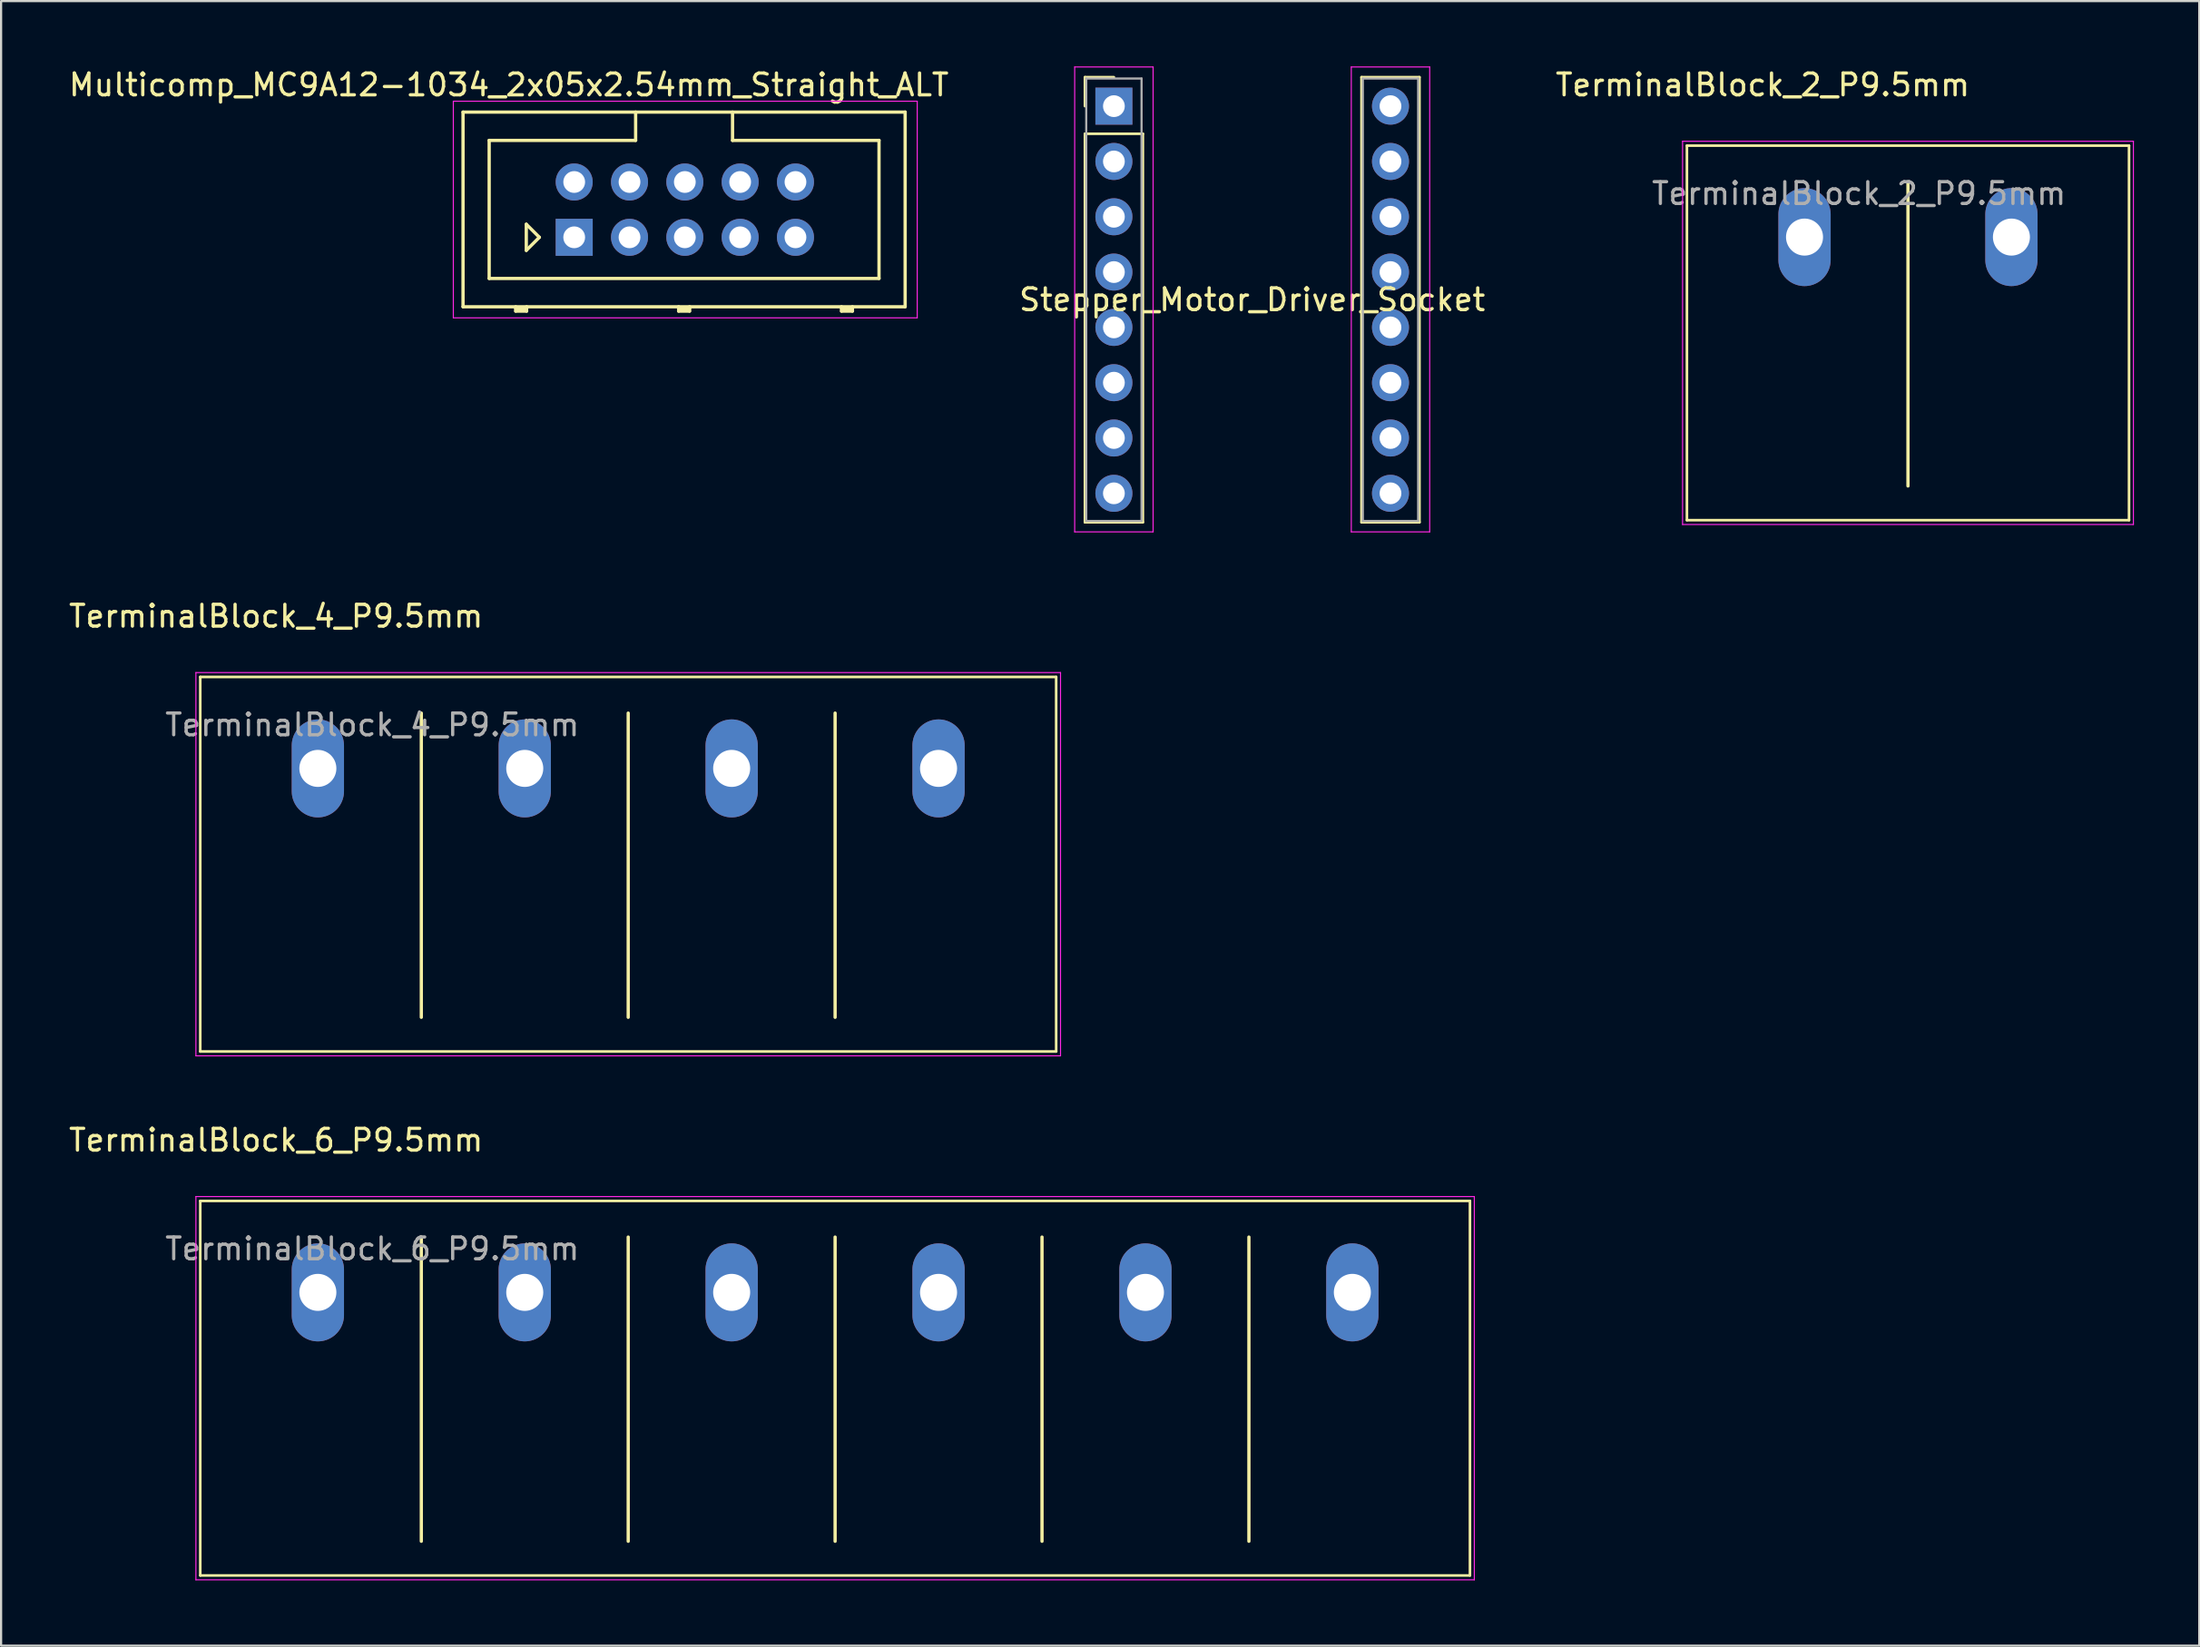
<source format=kicad_pcb>
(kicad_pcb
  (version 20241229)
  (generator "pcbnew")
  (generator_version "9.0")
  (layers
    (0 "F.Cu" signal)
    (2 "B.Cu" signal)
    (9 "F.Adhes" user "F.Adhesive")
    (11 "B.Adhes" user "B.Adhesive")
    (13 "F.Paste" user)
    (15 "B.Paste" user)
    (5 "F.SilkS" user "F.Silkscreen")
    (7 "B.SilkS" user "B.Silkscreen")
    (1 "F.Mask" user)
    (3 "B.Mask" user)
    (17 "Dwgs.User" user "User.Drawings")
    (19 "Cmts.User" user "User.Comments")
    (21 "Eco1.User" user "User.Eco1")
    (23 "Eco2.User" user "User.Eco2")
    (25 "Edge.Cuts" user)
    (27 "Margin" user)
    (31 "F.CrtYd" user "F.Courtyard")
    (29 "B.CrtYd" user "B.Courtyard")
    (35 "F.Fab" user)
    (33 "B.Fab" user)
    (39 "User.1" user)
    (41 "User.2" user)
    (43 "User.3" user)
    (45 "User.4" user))
  (footprint "Stepper_Motor_Driver_Socket"
    (layer "F.Cu")
    (at 54.446 10.715)
    (property "Reference" "Stepper_Motor_Driver_Socket" (at 0 0 0) (layer "F.SilkS") (effects (font (size 1 1) (thickness 0.15))))
    (attr through_hole)
    (fp_line (start -7.68 -10.22) (end -6.35 -10.22) (stroke (width 0.12) (type solid)) (layer "F.SilkS"))
    (fp_line (start -7.68 -8.89) (end -7.68 -10.22) (stroke (width 0.12) (type solid)) (layer "F.SilkS"))
    (fp_line (start -7.68 -7.62) (end -7.68 10.22) (stroke (width 0.12) (type solid)) (layer "F.SilkS"))
    (fp_line (start -7.68 10.22) (end -5.02 10.22) (stroke (width 0.12) (type solid)) (layer "F.SilkS"))
    (fp_line (start -5.02 -7.62) (end -7.68 -7.62) (stroke (width 0.12) (type solid)) (layer "F.SilkS"))
    (fp_line (start -5.02 10.22) (end -5.02 -7.62) (stroke (width 0.12) (type solid)) (layer "F.SilkS"))
    (fp_line (start 5.02 -10.22) (end 5.02 10.22) (stroke (width 0.12) (type solid)) (layer "F.SilkS"))
    (fp_line (start 5.02 10.22) (end 7.68 10.22) (stroke (width 0.12) (type solid)) (layer "F.SilkS"))
    (fp_line (start 7.68 -10.22) (end 5.02 -10.22) (stroke (width 0.12) (type solid)) (layer "F.SilkS"))
    (fp_line (start 7.68 10.22) (end 7.68 -10.22) (stroke (width 0.12) (type solid)) (layer "F.SilkS"))
    (fp_line (start -8.15 -10.69) (end -8.15 10.66) (stroke (width 0.05) (type solid)) (layer "F.CrtYd"))
    (fp_line (start -8.15 10.66) (end -4.55 10.66) (stroke (width 0.05) (type solid)) (layer "F.CrtYd"))
    (fp_line (start -4.55 -10.69) (end -8.15 -10.69) (stroke (width 0.05) (type solid)) (layer "F.CrtYd"))
    (fp_line (start -4.55 10.66) (end -4.55 -10.69) (stroke (width 0.05) (type solid)) (layer "F.CrtYd"))
    (fp_line (start 4.55 -10.69) (end 4.55 10.66) (stroke (width 0.05) (type solid)) (layer "F.CrtYd"))
    (fp_line (start 4.55 10.66) (end 8.15 10.66) (stroke (width 0.05) (type solid)) (layer "F.CrtYd"))
    (fp_line (start 8.15 -10.69) (end 4.55 -10.69) (stroke (width 0.05) (type solid)) (layer "F.CrtYd"))
    (fp_line (start 8.15 10.66) (end 8.15 -10.69) (stroke (width 0.05) (type solid)) (layer "F.CrtYd"))
    (fp_line (start -7.62 -10.16) (end -7.62 10.16) (stroke (width 0.1) (type solid)) (layer "F.Fab"))
    (fp_line (start -7.62 10.16) (end -5.08 10.16) (stroke (width 0.1) (type solid)) (layer "F.Fab"))
    (fp_line (start -5.08 -10.16) (end -7.62 -10.16) (stroke (width 0.1) (type solid)) (layer "F.Fab"))
    (fp_line (start -5.08 10.16) (end -5.08 -10.16) (stroke (width 0.1) (type solid)) (layer "F.Fab"))
    (fp_line (start 5.08 -10.16) (end 5.08 10.16) (stroke (width 0.1) (type solid)) (layer "F.Fab"))
    (fp_line (start 5.08 10.16) (end 7.62 10.16) (stroke (width 0.1) (type solid)) (layer "F.Fab"))
    (fp_line (start 7.62 -10.16) (end 5.08 -10.16) (stroke (width 0.1) (type solid)) (layer "F.Fab"))
    (fp_line (start 7.62 10.16) (end 7.62 -10.16) (stroke (width 0.1) (type solid)) (layer "F.Fab"))
    (pad "1" thru_hole rect (at -6.35 -8.89) (size 1.7 1.7) (drill 1) (layers "*.Cu" "*.Mask"))
    (pad "2" thru_hole oval (at -6.35 -6.35) (size 1.7 1.7) (drill 1) (layers "*.Cu" "*.Mask"))
    (pad "3" thru_hole oval (at -6.35 -3.81) (size 1.7 1.7) (drill 1) (layers "*.Cu" "*.Mask"))
    (pad "4" thru_hole oval (at -6.35 -1.27) (size 1.7 1.7) (drill 1) (layers "*.Cu" "*.Mask"))
    (pad "5" thru_hole oval (at -6.35 1.27) (size 1.7 1.7) (drill 1) (layers "*.Cu" "*.Mask"))
    (pad "6" thru_hole oval (at -6.35 3.81) (size 1.7 1.7) (drill 1) (layers "*.Cu" "*.Mask"))
    (pad "7" thru_hole oval (at -6.35 6.35) (size 1.7 1.7) (drill 1) (layers "*.Cu" "*.Mask"))
    (pad "8" thru_hole oval (at -6.35 8.89) (size 1.7 1.7) (drill 1) (layers "*.Cu" "*.Mask"))
    (pad "9" thru_hole oval (at 6.35 8.89) (size 1.7 1.7) (drill 1) (layers "*.Cu" "*.Mask"))
    (pad "10" thru_hole oval (at 6.35 6.35) (size 1.7 1.7) (drill 1) (layers "*.Cu" "*.Mask"))
    (pad "11" thru_hole oval (at 6.35 3.81) (size 1.7 1.7) (drill 1) (layers "*.Cu" "*.Mask"))
    (pad "12" thru_hole oval (at 6.35 1.27) (size 1.7 1.7) (drill 1) (layers "*.Cu" "*.Mask"))
    (pad "13" thru_hole oval (at 6.35 -1.27) (size 1.7 1.7) (drill 1) (layers "*.Cu" "*.Mask"))
    (pad "14" thru_hole oval (at 6.35 -3.81) (size 1.7 1.7) (drill 1) (layers "*.Cu" "*.Mask"))
    (pad "15" thru_hole oval (at 6.35 -6.35) (size 1.7 1.7) (drill 1) (layers "*.Cu" "*.Mask"))
    (pad "16" thru_hole circle (at 6.35 -8.89) (size 1.7 1.7) (drill 1) (layers "*.Cu" "*.Mask")))
  (footprint "TerminalBlock_4_P9.5mm"
    (layer "F.Cu")
    (at 11.545 32.238)
    (property "Reference" "TerminalBlock_4_P9.5mm" (at -1.92 -6.99 0) (layer "F.SilkS") (effects (font (size 1 1) (thickness 0.15))))
    (attr through_hole)
    (fp_line (start -5.4 -4.2) (end -5.4 13) (stroke (width 0.12) (type solid)) (layer "F.SilkS"))
    (fp_line (start -5.4 13) (end 33.9 13) (stroke (width 0.12) (type solid)) (layer "F.SilkS"))
    (fp_line (start 4.75 -2.54) (end 4.75 11.43) (stroke (width 0.15) (type solid)) (layer "F.SilkS"))
    (fp_line (start 14.25 -2.54) (end 14.25 11.43) (stroke (width 0.15) (type solid)) (layer "F.SilkS"))
    (fp_line (start 23.75 -2.54) (end 23.75 11.43) (stroke (width 0.15) (type solid)) (layer "F.SilkS"))
    (fp_line (start 33.9 -4.2) (end -5.4 -4.2) (stroke (width 0.12) (type solid)) (layer "F.SilkS"))
    (fp_line (start 33.9 13) (end 33.9 -4.2) (stroke (width 0.12) (type solid)) (layer "F.SilkS"))
    (fp_line (start -5.6 -4.4) (end -5.6 13.2) (stroke (width 0.05) (type solid)) (layer "F.CrtYd"))
    (fp_line (start -5.6 -4.4) (end 34.1 -4.4) (stroke (width 0.05) (type solid)) (layer "F.CrtYd"))
    (fp_line (start 34.1 13.2) (end -5.6 13.2) (stroke (width 0.05) (type solid)) (layer "F.CrtYd"))
    (fp_line (start 34.1 13.2) (end 34.1 -4.4) (stroke (width 0.05) (type solid)) (layer "F.CrtYd"))
    (fp_text user "${REFERENCE}" (at 2.5 -2 0) (layer "F.Fab") (effects (font (size 1 1) (thickness 0.15))))
    (pad "1" thru_hole oval (at 0 0) (size 2.4 4.5) (drill 1.7) (layers "*.Cu" "*.Mask"))
    (pad "2" thru_hole oval (at 9.5 0) (size 2.4 4.5) (drill 1.7) (layers "*.Cu" "*.Mask"))
    (pad "3" thru_hole oval (at 19 0) (size 2.4 4.5) (drill 1.7) (layers "*.Cu" "*.Mask"))
    (pad "4" thru_hole oval (at 28.5 0) (size 2.4 4.5) (drill 1.7) (layers "*.Cu" "*.Mask")))
  (footprint "TerminalBlock_2_P9.5mm"
    (layer "F.Cu")
    (at 79.807 7.838)
    (property "Reference" "TerminalBlock_2_P9.5mm" (at -1.92 -6.99 0) (layer "F.SilkS") (effects (font (size 1 1) (thickness 0.15))))
    (attr through_hole)
    (fp_line (start -5.4 -4.2) (end -5.4 13) (stroke (width 0.12) (type solid)) (layer "F.SilkS"))
    (fp_line (start -5.4 13) (end 14.9 13) (stroke (width 0.12) (type solid)) (layer "F.SilkS"))
    (fp_line (start 4.75 -2.54) (end 4.75 11.43) (stroke (width 0.15) (type solid)) (layer "F.SilkS"))
    (fp_line (start 14.9 -4.2) (end -5.4 -4.2) (stroke (width 0.12) (type solid)) (layer "F.SilkS"))
    (fp_line (start 14.9 13) (end 14.9 -4.2) (stroke (width 0.12) (type solid)) (layer "F.SilkS"))
    (fp_line (start -5.6 -4.4) (end -5.6 13.2) (stroke (width 0.05) (type solid)) (layer "F.CrtYd"))
    (fp_line (start -5.6 -4.4) (end 15.1 -4.4) (stroke (width 0.05) (type solid)) (layer "F.CrtYd"))
    (fp_line (start 15.1 13.2) (end -5.6 13.2) (stroke (width 0.05) (type solid)) (layer "F.CrtYd"))
    (fp_line (start 15.1 13.2) (end 15.1 -4.4) (stroke (width 0.05) (type solid)) (layer "F.CrtYd"))
    (fp_text user "${REFERENCE}" (at 2.5 -2 0) (layer "F.Fab") (effects (font (size 1 1) (thickness 0.15))))
    (pad "1" thru_hole oval (at 0 0) (size 2.4 4.5) (drill 1.7) (layers "*.Cu" "*.Mask"))
    (pad "2" thru_hole oval (at 9.5 0) (size 2.4 4.5) (drill 1.7) (layers "*.Cu" "*.Mask")))
  (footprint "Multicomp_MC9A12-1034_2x05x2.54mm_Straight_ALT"
    (layer "F.Cu")
    (at 23.315 7.848)
    (property "Reference" "Multicomp_MC9A12-1034_2x05x2.54mm_Straight_ALT" (at -3 -7 0) (layer "F.SilkS") (effects (font (size 1 1) (thickness 0.15))))
    (attr through_hole)
    (fp_line (start -5.104 -5.751) (end -5.104 3.189) (stroke (width 0.15) (type solid)) (layer "F.SilkS"))
    (fp_line (start -5.104 3.189) (end 15.196 3.189) (stroke (width 0.15) (type solid)) (layer "F.SilkS"))
    (fp_line (start -3.904 -4.451) (end -3.904 1.889) (stroke (width 0.15) (type solid)) (layer "F.SilkS"))
    (fp_line (start -3.904 1.889) (end 13.996 1.889) (stroke (width 0.15) (type solid)) (layer "F.SilkS"))
    (fp_line (start -2.684 3.189) (end -2.684 3.389) (stroke (width 0.15) (type solid)) (layer "F.SilkS"))
    (fp_line (start -2.684 3.289) (end -2.184 3.289) (stroke (width 0.15) (type solid)) (layer "F.SilkS"))
    (fp_line (start -2.684 3.389) (end -2.184 3.389) (stroke (width 0.15) (type solid)) (layer "F.SilkS"))
    (fp_line (start -2.2 -0.6) (end -1.6 0) (stroke (width 0.15) (type solid)) (layer "F.SilkS"))
    (fp_line (start -2.2 0.6) (end -2.2 -0.6) (stroke (width 0.15) (type solid)) (layer "F.SilkS"))
    (fp_line (start -2.184 3.389) (end -2.184 3.189) (stroke (width 0.15) (type solid)) (layer "F.SilkS"))
    (fp_line (start -1.6 0) (end -2.2 0.6) (stroke (width 0.15) (type solid)) (layer "F.SilkS"))
    (fp_line (start 2.821 -5.751) (end 2.821 -4.451) (stroke (width 0.15) (type solid)) (layer "F.SilkS"))
    (fp_line (start 2.821 -4.451) (end -3.904 -4.451) (stroke (width 0.15) (type solid)) (layer "F.SilkS"))
    (fp_line (start 4.796 3.189) (end 4.796 3.389) (stroke (width 0.15) (type solid)) (layer "F.SilkS"))
    (fp_line (start 4.796 3.289) (end 5.296 3.289) (stroke (width 0.15) (type solid)) (layer "F.SilkS"))
    (fp_line (start 4.796 3.389) (end 5.296 3.389) (stroke (width 0.15) (type solid)) (layer "F.SilkS"))
    (fp_line (start 5.296 3.389) (end 5.296 3.189) (stroke (width 0.15) (type solid)) (layer "F.SilkS"))
    (fp_line (start 7.271 -4.451) (end 7.271 -5.751) (stroke (width 0.15) (type solid)) (layer "F.SilkS"))
    (fp_line (start 12.276 3.189) (end 12.276 3.389) (stroke (width 0.15) (type solid)) (layer "F.SilkS"))
    (fp_line (start 12.276 3.289) (end 12.776 3.289) (stroke (width 0.15) (type solid)) (layer "F.SilkS"))
    (fp_line (start 12.276 3.389) (end 12.776 3.389) (stroke (width 0.15) (type solid)) (layer "F.SilkS"))
    (fp_line (start 12.776 3.389) (end 12.776 3.189) (stroke (width 0.15) (type solid)) (layer "F.SilkS"))
    (fp_line (start 13.996 -4.451) (end 7.271 -4.451) (stroke (width 0.15) (type solid)) (layer "F.SilkS"))
    (fp_line (start 13.996 1.889) (end 13.996 -4.451) (stroke (width 0.15) (type solid)) (layer "F.SilkS"))
    (fp_line (start 15.196 -5.751) (end -5.104 -5.751) (stroke (width 0.15) (type solid)) (layer "F.SilkS"))
    (fp_line (start 15.196 3.189) (end 15.196 -5.751) (stroke (width 0.15) (type solid)) (layer "F.SilkS"))
    (fp_line (start -5.55 -6.25) (end 15.75 -6.25) (stroke (width 0.05) (type solid)) (layer "F.CrtYd"))
    (fp_line (start -5.55 3.7) (end -5.55 -6.25) (stroke (width 0.05) (type solid)) (layer "F.CrtYd"))
    (fp_line (start 15.75 -6.25) (end 15.75 3.7) (stroke (width 0.05) (type solid)) (layer "F.CrtYd"))
    (fp_line (start 15.75 3.7) (end -5.55 3.7) (stroke (width 0.05) (type solid)) (layer "F.CrtYd"))
    (pad "1" thru_hole rect (at 0 0) (size 1.7 1.7) (drill 1) (layers "*.Cu" "*.Mask"))
    (pad "2" thru_hole circle (at 0 -2.54) (size 1.7 1.7) (drill 1) (layers "*.Cu" "*.Mask"))
    (pad "3" thru_hole circle (at 2.54 0) (size 1.7 1.7) (drill 1) (layers "*.Cu" "*.Mask"))
    (pad "4" thru_hole circle (at 2.54 -2.54) (size 1.7 1.7) (drill 1) (layers "*.Cu" "*.Mask"))
    (pad "5" thru_hole circle (at 5.08 0) (size 1.7 1.7) (drill 1) (layers "*.Cu" "*.Mask"))
    (pad "6" thru_hole circle (at 5.08 -2.54) (size 1.7 1.7) (drill 1) (layers "*.Cu" "*.Mask"))
    (pad "7" thru_hole circle (at 7.62 0) (size 1.7 1.7) (drill 1) (layers "*.Cu" "*.Mask"))
    (pad "8" thru_hole circle (at 7.62 -2.54) (size 1.7 1.7) (drill 1) (layers "*.Cu" "*.Mask"))
    (pad "9" thru_hole circle (at 10.16 0) (size 1.7 1.7) (drill 1) (layers "*.Cu" "*.Mask"))
    (pad "10" thru_hole circle (at 10.16 -2.54) (size 1.7 1.7) (drill 1) (layers "*.Cu" "*.Mask")))
  (footprint "TerminalBlock_6_P9.5mm"
    (layer "F.Cu")
    (at 11.545 56.301)
    (property "Reference" "TerminalBlock_6_P9.5mm" (at -1.92 -6.99 0) (layer "F.SilkS") (effects (font (size 1 1) (thickness 0.15))))
    (attr through_hole)
    (fp_line (start -5.4 -4.2) (end -5.4 13) (stroke (width 0.12) (type solid)) (layer "F.SilkS"))
    (fp_line (start -5.4 13) (end 52.9 13) (stroke (width 0.12) (type solid)) (layer "F.SilkS"))
    (fp_line (start 4.75 -2.54) (end 4.75 11.43) (stroke (width 0.15) (type solid)) (layer "F.SilkS"))
    (fp_line (start 14.25 -2.54) (end 14.25 11.43) (stroke (width 0.15) (type solid)) (layer "F.SilkS"))
    (fp_line (start 23.75 -2.54) (end 23.75 11.43) (stroke (width 0.15) (type solid)) (layer "F.SilkS"))
    (fp_line (start 33.25 -2.54) (end 33.25 11.43) (stroke (width 0.15) (type solid)) (layer "F.SilkS"))
    (fp_line (start 42.75 -2.54) (end 42.75 11.43) (stroke (width 0.15) (type solid)) (layer "F.SilkS"))
    (fp_line (start 52.9 -4.2) (end -5.4 -4.2) (stroke (width 0.12) (type solid)) (layer "F.SilkS"))
    (fp_line (start 52.9 13) (end 52.9 -4.2) (stroke (width 0.12) (type solid)) (layer "F.SilkS"))
    (fp_line (start -5.6 -4.4) (end -5.6 13.2) (stroke (width 0.05) (type solid)) (layer "F.CrtYd"))
    (fp_line (start -5.6 -4.4) (end 53.1 -4.4) (stroke (width 0.05) (type solid)) (layer "F.CrtYd"))
    (fp_line (start 53.1 13.2) (end -5.6 13.2) (stroke (width 0.05) (type solid)) (layer "F.CrtYd"))
    (fp_line (start 53.1 13.2) (end 53.1 -4.4) (stroke (width 0.05) (type solid)) (layer "F.CrtYd"))
    (fp_text user "${REFERENCE}" (at 2.5 -2 0) (layer "F.Fab") (effects (font (size 1 1) (thickness 0.15))))
    (pad "1" thru_hole oval (at 0 0) (size 2.4 4.5) (drill 1.7) (layers "*.Cu" "*.Mask"))
    (pad "2" thru_hole oval (at 9.5 0) (size 2.4 4.5) (drill 1.7) (layers "*.Cu" "*.Mask"))
    (pad "3" thru_hole oval (at 19 0) (size 2.4 4.5) (drill 1.7) (layers "*.Cu" "*.Mask"))
    (pad "4" thru_hole oval (at 28.5 0) (size 2.4 4.5) (drill 1.7) (layers "*.Cu" "*.Mask"))
    (pad "5" thru_hole oval (at 38 0) (size 2.4 4.5) (drill 1.7) (layers "*.Cu" "*.Mask"))
    (pad "6" thru_hole oval (at 47.5 0) (size 2.4 4.5) (drill 1.7) (layers "*.Cu" "*.Mask")))
  (gr_rect
    (start -3 -3)
    (end 97.932 72.526)
    (stroke (width 0.1) (type default))
    (fill no)
    (layer "Edge.Cuts")))
</source>
